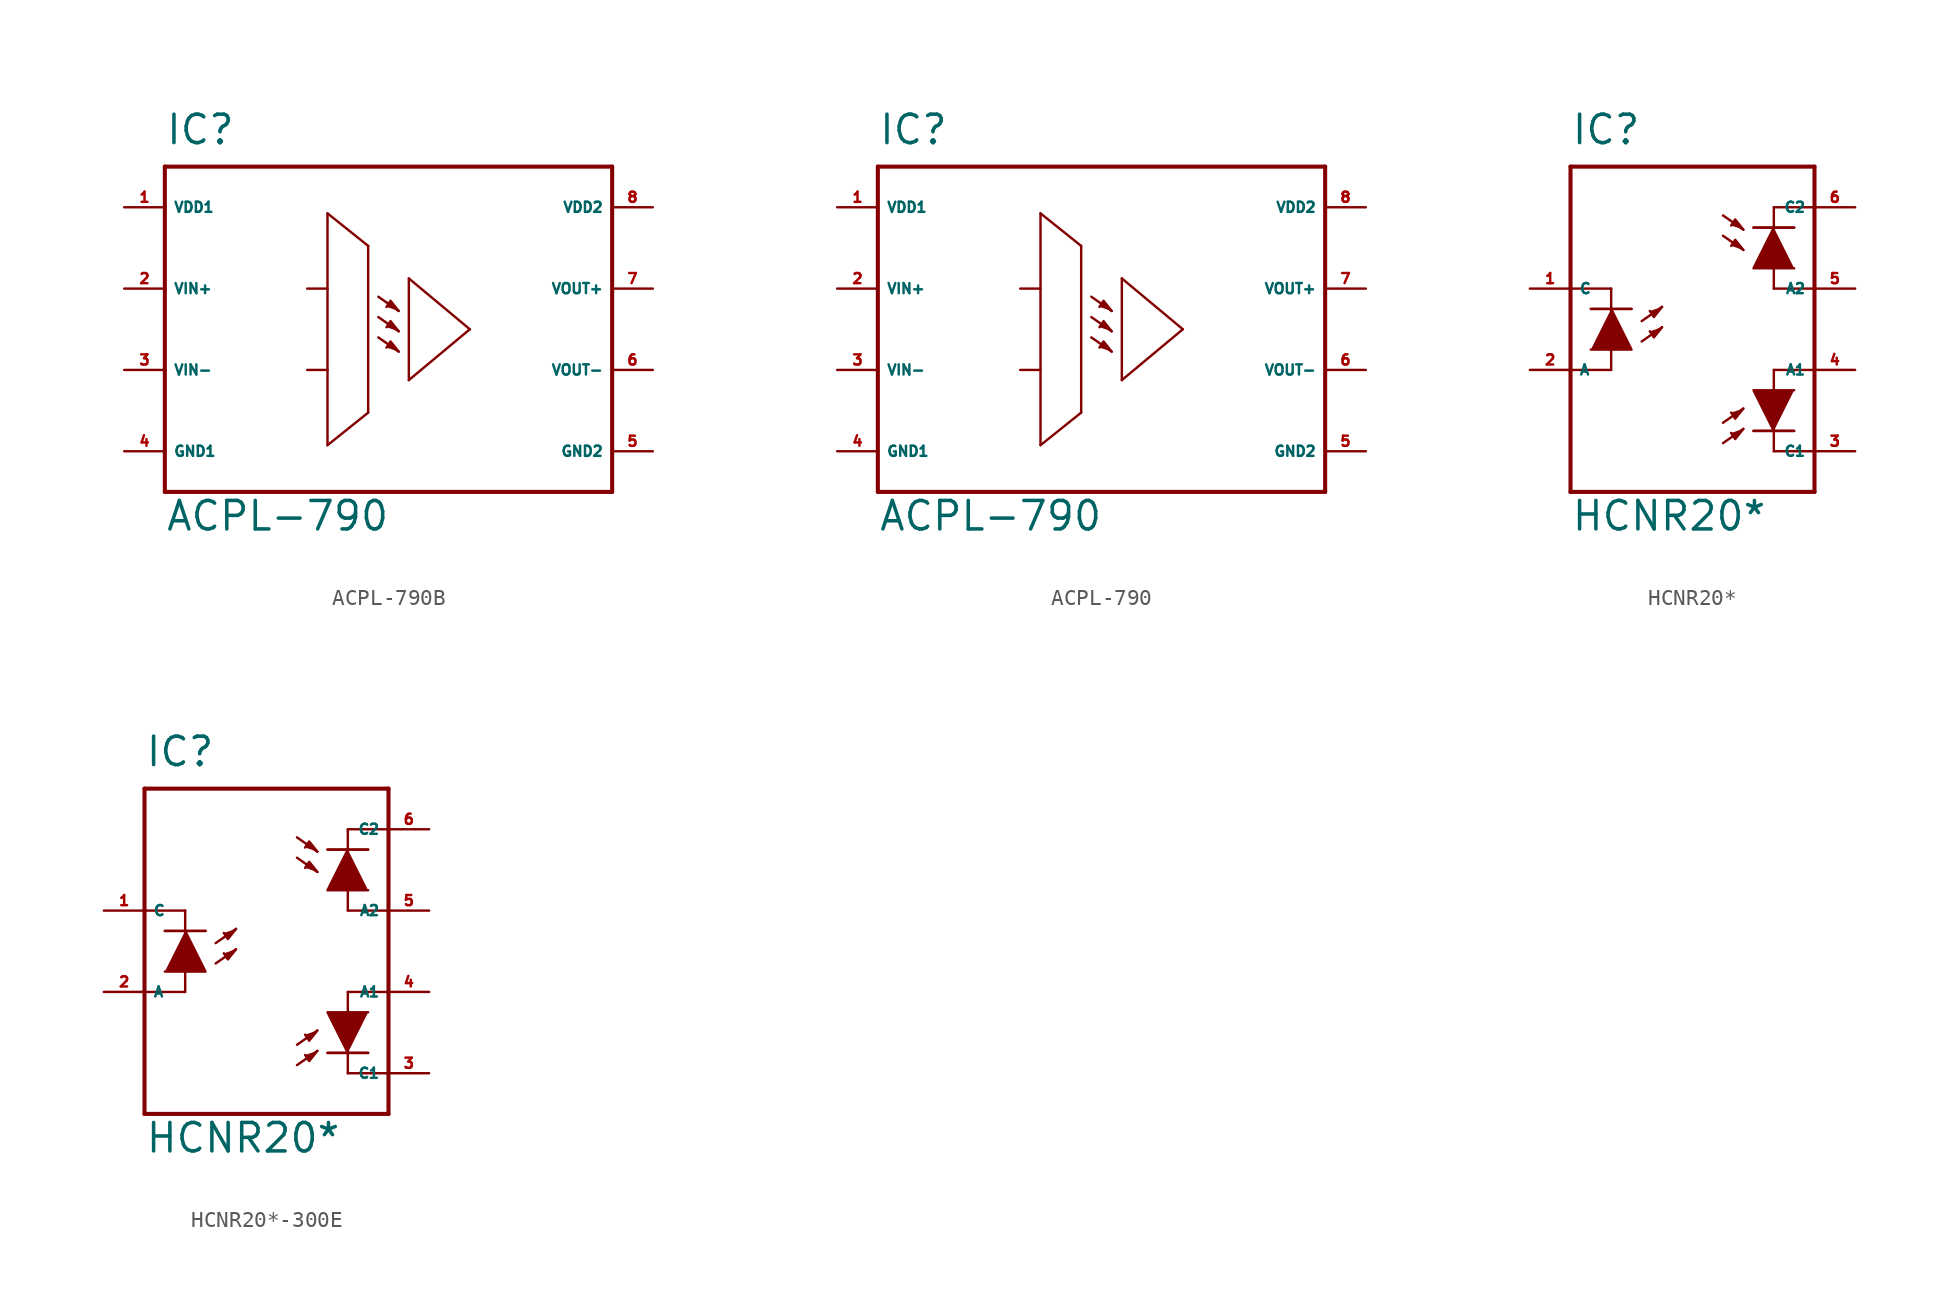
<source format=kicad_sym>
(kicad_symbol_lib
  (version 20220914)
  (generator Eagle2Kicad)
  (symbol "ACPL-790B"
    (property "Reference" "IC"
      (at -12.7 11.43 0)
      (effects (font (size 1.778 1.778) (thickness 0.22)) (justify left bottom)))
    (property "Value" "ACPL-790"
      (at -12.7 -12.7 0)
      (effects (font (size 1.778 1.778) (thickness 0.22)) (justify left bottom)))
    (polyline
      (pts (xy 1.905 1.143) (xy 1.397 1.778) (xy 1.143 1.397))
      (stroke (width 0.152) (type default))
      (fill (type outline)))
    (polyline
      (pts (xy 1.905 -0.127) (xy 1.397 0.508) (xy 1.143 0.127))
      (stroke (width 0.152) (type default))
      (fill (type outline)))
    (polyline
      (pts (xy 1.905 -1.397) (xy 1.397 -0.762) (xy 1.143 -1.143))
      (stroke (width 0.152) (type default))
      (fill (type outline)))
    (polyline
      (pts (xy -12.7 10.16) (xy 15.24 10.16))
      (stroke (width 0.254) (type default))
      (fill (type none)))
    (polyline
      (pts (xy 15.24 10.16) (xy 15.24 -10.16))
      (stroke (width 0.254) (type default))
      (fill (type none)))
    (polyline
      (pts (xy 15.24 -10.16) (xy -12.7 -10.16))
      (stroke (width 0.254) (type default))
      (fill (type none)))
    (polyline
      (pts (xy -12.7 -10.16) (xy -12.7 10.16))
      (stroke (width 0.254) (type default))
      (fill (type none)))
    (polyline
      (pts (xy -3.81 2.54) (xy -2.54 2.54))
      (stroke (width 0.152) (type default))
      (fill (type none)))
    (polyline
      (pts (xy -3.81 -2.54) (xy -2.54 -2.54))
      (stroke (width 0.152) (type default))
      (fill (type none)))
    (polyline
      (pts (xy -2.54 7.239) (xy -2.54 -7.239))
      (stroke (width 0.152) (type default))
      (fill (type none)))
    (polyline
      (pts (xy -2.54 -7.239) (xy 0 -5.207))
      (stroke (width 0.152) (type default))
      (fill (type none)))
    (polyline
      (pts (xy 0 -5.207) (xy 0 5.207))
      (stroke (width 0.152) (type default))
      (fill (type none)))
    (polyline
      (pts (xy 0 5.207) (xy -2.54 7.239))
      (stroke (width 0.152) (type default))
      (fill (type none)))
    (polyline
      (pts (xy 2.54 3.175) (xy 6.35 0))
      (stroke (width 0.152) (type default))
      (fill (type none)))
    (polyline
      (pts (xy 6.35 0) (xy 2.54 -3.175))
      (stroke (width 0.152) (type default))
      (fill (type none)))
    (polyline
      (pts (xy 2.54 -3.175) (xy 2.54 3.175))
      (stroke (width 0.152) (type default))
      (fill (type none)))
    (polyline
      (pts (xy 0.635 2.032) (xy 1.905 1.143))
      (stroke (width 0.152) (type default))
      (fill (type none)))
    (polyline
      (pts (xy 0.635 0.762) (xy 1.905 -0.127))
      (stroke (width 0.152) (type default))
      (fill (type none)))
    (polyline
      (pts (xy 0.635 -0.508) (xy 1.905 -1.397))
      (stroke (width 0.152) (type default))
      (fill (type none)))
    (pin unspecified line
      (at -15.24 7.62 0)
      (length 2.54)
      (name "VDD1" (effects (font (size 0.635 0.635) (thickness 0.08)) (justify left bottom)))
      (number "1" (effects (font (size 0.635 0.635) (thickness 0.08)) (justify left bottom))))
    (pin unspecified line
      (at -15.24 -7.62 0)
      (length 2.54)
      (name "GND1" (effects (font (size 0.635 0.635) (thickness 0.08)) (justify left bottom)))
      (number "4" (effects (font (size 0.635 0.635) (thickness 0.08)) (justify left bottom))))
    (pin unspecified line
      (at -15.24 2.54 0)
      (length 2.54)
      (name "VIN+" (effects (font (size 0.635 0.635) (thickness 0.08)) (justify left bottom)))
      (number "2" (effects (font (size 0.635 0.635) (thickness 0.08)) (justify left bottom))))
    (pin unspecified line
      (at -15.24 -2.54 0)
      (length 2.54)
      (name "VIN-" (effects (font (size 0.635 0.635) (thickness 0.08)) (justify left bottom)))
      (number "3" (effects (font (size 0.635 0.635) (thickness 0.08)) (justify left bottom))))
    (pin unspecified line
      (at 17.78 2.54 180)
      (length 2.54)
      (name "VOUT+" (effects (font (size 0.635 0.635) (thickness 0.08)) (justify left bottom)))
      (number "7" (effects (font (size 0.635 0.635) (thickness 0.08)) (justify left bottom))))
    (pin unspecified line
      (at 17.78 -2.54 180)
      (length 2.54)
      (name "VOUT-" (effects (font (size 0.635 0.635) (thickness 0.08)) (justify left bottom)))
      (number "6" (effects (font (size 0.635 0.635) (thickness 0.08)) (justify left bottom))))
    (pin unspecified line
      (at 17.78 7.62 180)
      (length 2.54)
      (name "VDD2" (effects (font (size 0.635 0.635) (thickness 0.08)) (justify left bottom)))
      (number "8" (effects (font (size 0.635 0.635) (thickness 0.08)) (justify left bottom))))
    (pin unspecified line
      (at 17.78 -7.62 180)
      (length 2.54)
      (name "GND2" (effects (font (size 0.635 0.635) (thickness 0.08)) (justify left bottom)))
      (number "5" (effects (font (size 0.635 0.635) (thickness 0.08)) (justify left bottom)))))
  (symbol "ACPL-790"
    (property "Reference" "IC"
      (at -12.7 11.43 0)
      (effects (font (size 1.778 1.778) (thickness 0.22)) (justify left bottom)))
    (property "Value" "ACPL-790"
      (at -12.7 -12.7 0)
      (effects (font (size 1.778 1.778) (thickness 0.22)) (justify left bottom)))
    (polyline
      (pts (xy 1.905 1.143) (xy 1.397 1.778) (xy 1.143 1.397))
      (stroke (width 0.152) (type default))
      (fill (type outline)))
    (polyline
      (pts (xy 1.905 -0.127) (xy 1.397 0.508) (xy 1.143 0.127))
      (stroke (width 0.152) (type default))
      (fill (type outline)))
    (polyline
      (pts (xy 1.905 -1.397) (xy 1.397 -0.762) (xy 1.143 -1.143))
      (stroke (width 0.152) (type default))
      (fill (type outline)))
    (polyline
      (pts (xy -12.7 10.16) (xy 15.24 10.16))
      (stroke (width 0.254) (type default))
      (fill (type none)))
    (polyline
      (pts (xy 15.24 10.16) (xy 15.24 -10.16))
      (stroke (width 0.254) (type default))
      (fill (type none)))
    (polyline
      (pts (xy 15.24 -10.16) (xy -12.7 -10.16))
      (stroke (width 0.254) (type default))
      (fill (type none)))
    (polyline
      (pts (xy -12.7 -10.16) (xy -12.7 10.16))
      (stroke (width 0.254) (type default))
      (fill (type none)))
    (polyline
      (pts (xy -3.81 2.54) (xy -2.54 2.54))
      (stroke (width 0.152) (type default))
      (fill (type none)))
    (polyline
      (pts (xy -3.81 -2.54) (xy -2.54 -2.54))
      (stroke (width 0.152) (type default))
      (fill (type none)))
    (polyline
      (pts (xy -2.54 7.239) (xy -2.54 -7.239))
      (stroke (width 0.152) (type default))
      (fill (type none)))
    (polyline
      (pts (xy -2.54 -7.239) (xy 0 -5.207))
      (stroke (width 0.152) (type default))
      (fill (type none)))
    (polyline
      (pts (xy 0 -5.207) (xy 0 5.207))
      (stroke (width 0.152) (type default))
      (fill (type none)))
    (polyline
      (pts (xy 0 5.207) (xy -2.54 7.239))
      (stroke (width 0.152) (type default))
      (fill (type none)))
    (polyline
      (pts (xy 2.54 3.175) (xy 6.35 0))
      (stroke (width 0.152) (type default))
      (fill (type none)))
    (polyline
      (pts (xy 6.35 0) (xy 2.54 -3.175))
      (stroke (width 0.152) (type default))
      (fill (type none)))
    (polyline
      (pts (xy 2.54 -3.175) (xy 2.54 3.175))
      (stroke (width 0.152) (type default))
      (fill (type none)))
    (polyline
      (pts (xy 0.635 2.032) (xy 1.905 1.143))
      (stroke (width 0.152) (type default))
      (fill (type none)))
    (polyline
      (pts (xy 0.635 0.762) (xy 1.905 -0.127))
      (stroke (width 0.152) (type default))
      (fill (type none)))
    (polyline
      (pts (xy 0.635 -0.508) (xy 1.905 -1.397))
      (stroke (width 0.152) (type default))
      (fill (type none)))
    (pin unspecified line
      (at -15.24 7.62 0)
      (length 2.54)
      (name "VDD1" (effects (font (size 0.635 0.635) (thickness 0.08)) (justify left bottom)))
      (number "1" (effects (font (size 0.635 0.635) (thickness 0.08)) (justify left bottom))))
    (pin unspecified line
      (at -15.24 -7.62 0)
      (length 2.54)
      (name "GND1" (effects (font (size 0.635 0.635) (thickness 0.08)) (justify left bottom)))
      (number "4" (effects (font (size 0.635 0.635) (thickness 0.08)) (justify left bottom))))
    (pin unspecified line
      (at -15.24 2.54 0)
      (length 2.54)
      (name "VIN+" (effects (font (size 0.635 0.635) (thickness 0.08)) (justify left bottom)))
      (number "2" (effects (font (size 0.635 0.635) (thickness 0.08)) (justify left bottom))))
    (pin unspecified line
      (at -15.24 -2.54 0)
      (length 2.54)
      (name "VIN-" (effects (font (size 0.635 0.635) (thickness 0.08)) (justify left bottom)))
      (number "3" (effects (font (size 0.635 0.635) (thickness 0.08)) (justify left bottom))))
    (pin unspecified line
      (at 17.78 2.54 180)
      (length 2.54)
      (name "VOUT+" (effects (font (size 0.635 0.635) (thickness 0.08)) (justify left bottom)))
      (number "7" (effects (font (size 0.635 0.635) (thickness 0.08)) (justify left bottom))))
    (pin unspecified line
      (at 17.78 -2.54 180)
      (length 2.54)
      (name "VOUT-" (effects (font (size 0.635 0.635) (thickness 0.08)) (justify left bottom)))
      (number "6" (effects (font (size 0.635 0.635) (thickness 0.08)) (justify left bottom))))
    (pin unspecified line
      (at 17.78 7.62 180)
      (length 2.54)
      (name "VDD2" (effects (font (size 0.635 0.635) (thickness 0.08)) (justify left bottom)))
      (number "8" (effects (font (size 0.635 0.635) (thickness 0.08)) (justify left bottom))))
    (pin unspecified line
      (at 17.78 -7.62 180)
      (length 2.54)
      (name "GND2" (effects (font (size 0.635 0.635) (thickness 0.08)) (justify left bottom)))
      (number "5" (effects (font (size 0.635 0.635) (thickness 0.08)) (justify left bottom)))))
  (symbol "HCNR20*"
    (property "Reference" "IC"
      (at -7.62 11.43 0)
      (effects (font (size 1.778 1.778) (thickness 0.22)) (justify left bottom)))
    (property "Value" "HCNR20*"
      (at -7.62 -12.7 0)
      (effects (font (size 1.778 1.778) (thickness 0.22)) (justify left bottom)))
    (polyline
      (pts (xy -6.35 1.27) (xy -3.81 1.27))
      (stroke (width 0.152) (type default))
      (fill (type outline)))
    (polyline
      (pts (xy -6.35 -1.27) (xy -3.81 -1.27) (xy -5.08 1.27))
      (stroke (width 0.152) (type default))
      (fill (type outline)))
    (polyline
      (pts (xy 6.35 -6.35) (xy 3.81 -6.35))
      (stroke (width 0.152) (type default))
      (fill (type outline)))
    (polyline
      (pts (xy 6.35 -3.81) (xy 3.81 -3.81) (xy 5.08 -6.35))
      (stroke (width 0.152) (type default))
      (fill (type outline)))
    (polyline
      (pts (xy 6.35 6.35) (xy 3.81 6.35))
      (stroke (width 0.152) (type default))
      (fill (type outline)))
    (polyline
      (pts (xy 6.35 3.81) (xy 3.81 3.81) (xy 5.08 6.35))
      (stroke (width 0.152) (type default))
      (fill (type outline)))
    (polyline
      (pts (xy 3.175 6.223) (xy 2.667 6.858) (xy 2.413 6.477))
      (stroke (width 0.152) (type default))
      (fill (type outline)))
    (polyline
      (pts (xy 3.175 4.953) (xy 2.667 5.588) (xy 2.413 5.207))
      (stroke (width 0.152) (type default))
      (fill (type outline)))
    (polyline
      (pts (xy 3.175 -6.223) (xy 2.667 -6.858) (xy 2.413 -6.477))
      (stroke (width 0.152) (type default))
      (fill (type outline)))
    (polyline
      (pts (xy 3.175 -4.953) (xy 2.667 -5.588) (xy 2.413 -5.207))
      (stroke (width 0.152) (type default))
      (fill (type outline)))
    (polyline
      (pts (xy -1.905 0.127) (xy -2.413 -0.508) (xy -2.667 -0.127))
      (stroke (width 0.152) (type default))
      (fill (type outline)))
    (polyline
      (pts (xy -1.905 1.397) (xy -2.413 0.762) (xy -2.667 1.143))
      (stroke (width 0.152) (type default))
      (fill (type outline)))
    (polyline
      (pts (xy -7.62 10.16) (xy 7.62 10.16))
      (stroke (width 0.254) (type default))
      (fill (type none)))
    (polyline
      (pts (xy 7.62 10.16) (xy 7.62 -10.16))
      (stroke (width 0.254) (type default))
      (fill (type none)))
    (polyline
      (pts (xy 7.62 -10.16) (xy -7.62 -10.16))
      (stroke (width 0.254) (type default))
      (fill (type none)))
    (polyline
      (pts (xy -7.62 -10.16) (xy -7.62 -2.54))
      (stroke (width 0.254) (type default))
      (fill (type none)))
    (polyline
      (pts (xy -7.62 -2.54) (xy -7.62 2.54))
      (stroke (width 0.254) (type default))
      (fill (type none)))
    (polyline
      (pts (xy -7.62 2.54) (xy -7.62 10.16))
      (stroke (width 0.254) (type default))
      (fill (type none)))
    (polyline
      (pts (xy -7.62 2.54) (xy -5.08 2.54))
      (stroke (width 0.152) (type default))
      (fill (type none)))
    (polyline
      (pts (xy -5.08 2.54) (xy -5.08 -2.54))
      (stroke (width 0.152) (type default))
      (fill (type none)))
    (polyline
      (pts (xy -5.08 -2.54) (xy -7.62 -2.54))
      (stroke (width 0.152) (type default))
      (fill (type none)))
    (polyline
      (pts (xy -6.35 1.27) (xy -3.81 1.27))
      (stroke (width 0.152) (type default))
      (fill (type none)))
    (polyline
      (pts (xy 7.62 -7.62) (xy 5.08 -7.62))
      (stroke (width 0.152) (type default))
      (fill (type none)))
    (polyline
      (pts (xy 5.08 -7.62) (xy 5.08 -2.54))
      (stroke (width 0.152) (type default))
      (fill (type none)))
    (polyline
      (pts (xy 5.08 -2.54) (xy 7.62 -2.54))
      (stroke (width 0.152) (type default))
      (fill (type none)))
    (polyline
      (pts (xy 6.35 -6.35) (xy 3.81 -6.35))
      (stroke (width 0.152) (type default))
      (fill (type none)))
    (polyline
      (pts (xy 7.62 7.62) (xy 5.08 7.62))
      (stroke (width 0.152) (type default))
      (fill (type none)))
    (polyline
      (pts (xy 5.08 7.62) (xy 5.08 2.54))
      (stroke (width 0.152) (type default))
      (fill (type none)))
    (polyline
      (pts (xy 5.08 2.54) (xy 7.62 2.54))
      (stroke (width 0.152) (type default))
      (fill (type none)))
    (polyline
      (pts (xy 6.35 6.35) (xy 3.81 6.35))
      (stroke (width 0.152) (type default))
      (fill (type none)))
    (polyline
      (pts (xy 1.905 7.112) (xy 3.175 6.223))
      (stroke (width 0.152) (type default))
      (fill (type none)))
    (polyline
      (pts (xy 1.905 5.842) (xy 3.175 4.953))
      (stroke (width 0.152) (type default))
      (fill (type none)))
    (polyline
      (pts (xy 1.905 -7.112) (xy 3.175 -6.223))
      (stroke (width 0.152) (type default))
      (fill (type none)))
    (polyline
      (pts (xy 1.905 -5.842) (xy 3.175 -4.953))
      (stroke (width 0.152) (type default))
      (fill (type none)))
    (polyline
      (pts (xy -3.175 -0.762) (xy -1.905 0.127))
      (stroke (width 0.152) (type default))
      (fill (type none)))
    (polyline
      (pts (xy -3.175 0.508) (xy -1.905 1.397))
      (stroke (width 0.152) (type default))
      (fill (type none)))
    (pin passive line
      (at -10.16 2.54 0)
      (length 2.54)
      (name "C" (effects (font (size 0.635 0.635) (thickness 0.08)) (justify left bottom)))
      (number "1" (effects (font (size 0.635 0.635) (thickness 0.08)) (justify left bottom))))
    (pin passive line
      (at 10.16 -2.54 180)
      (length 2.54)
      (name "A1" (effects (font (size 0.635 0.635) (thickness 0.08)) (justify left bottom)))
      (number "4" (effects (font (size 0.635 0.635) (thickness 0.08)) (justify left bottom))))
    (pin passive line
      (at -10.16 -2.54 0)
      (length 2.54)
      (name "A" (effects (font (size 0.635 0.635) (thickness 0.08)) (justify left bottom)))
      (number "2" (effects (font (size 0.635 0.635) (thickness 0.08)) (justify left bottom))))
    (pin passive line
      (at 10.16 -7.62 180)
      (length 2.54)
      (name "C1" (effects (font (size 0.635 0.635) (thickness 0.08)) (justify left bottom)))
      (number "3" (effects (font (size 0.635 0.635) (thickness 0.08)) (justify left bottom))))
    (pin passive line
      (at 10.16 7.62 180)
      (length 2.54)
      (name "C2" (effects (font (size 0.635 0.635) (thickness 0.08)) (justify left bottom)))
      (number "6" (effects (font (size 0.635 0.635) (thickness 0.08)) (justify left bottom))))
    (pin passive line
      (at 10.16 2.54 180)
      (length 2.54)
      (name "A2" (effects (font (size 0.635 0.635) (thickness 0.08)) (justify left bottom)))
      (number "5" (effects (font (size 0.635 0.635) (thickness 0.08)) (justify left bottom)))))
  (symbol "HCNR20*-300E"
    (property "Reference" "IC"
      (at -7.62 11.43 0)
      (effects (font (size 1.778 1.778) (thickness 0.22)) (justify left bottom)))
    (property "Value" "HCNR20*"
      (at -7.62 -12.7 0)
      (effects (font (size 1.778 1.778) (thickness 0.22)) (justify left bottom)))
    (polyline
      (pts (xy -6.35 1.27) (xy -3.81 1.27))
      (stroke (width 0.152) (type default))
      (fill (type outline)))
    (polyline
      (pts (xy -6.35 -1.27) (xy -3.81 -1.27) (xy -5.08 1.27))
      (stroke (width 0.152) (type default))
      (fill (type outline)))
    (polyline
      (pts (xy 6.35 -6.35) (xy 3.81 -6.35))
      (stroke (width 0.152) (type default))
      (fill (type outline)))
    (polyline
      (pts (xy 6.35 -3.81) (xy 3.81 -3.81) (xy 5.08 -6.35))
      (stroke (width 0.152) (type default))
      (fill (type outline)))
    (polyline
      (pts (xy 6.35 6.35) (xy 3.81 6.35))
      (stroke (width 0.152) (type default))
      (fill (type outline)))
    (polyline
      (pts (xy 6.35 3.81) (xy 3.81 3.81) (xy 5.08 6.35))
      (stroke (width 0.152) (type default))
      (fill (type outline)))
    (polyline
      (pts (xy 3.175 6.223) (xy 2.667 6.858) (xy 2.413 6.477))
      (stroke (width 0.152) (type default))
      (fill (type outline)))
    (polyline
      (pts (xy 3.175 4.953) (xy 2.667 5.588) (xy 2.413 5.207))
      (stroke (width 0.152) (type default))
      (fill (type outline)))
    (polyline
      (pts (xy 3.175 -6.223) (xy 2.667 -6.858) (xy 2.413 -6.477))
      (stroke (width 0.152) (type default))
      (fill (type outline)))
    (polyline
      (pts (xy 3.175 -4.953) (xy 2.667 -5.588) (xy 2.413 -5.207))
      (stroke (width 0.152) (type default))
      (fill (type outline)))
    (polyline
      (pts (xy -1.905 0.127) (xy -2.413 -0.508) (xy -2.667 -0.127))
      (stroke (width 0.152) (type default))
      (fill (type outline)))
    (polyline
      (pts (xy -1.905 1.397) (xy -2.413 0.762) (xy -2.667 1.143))
      (stroke (width 0.152) (type default))
      (fill (type outline)))
    (polyline
      (pts (xy -7.62 10.16) (xy 7.62 10.16))
      (stroke (width 0.254) (type default))
      (fill (type none)))
    (polyline
      (pts (xy 7.62 10.16) (xy 7.62 -10.16))
      (stroke (width 0.254) (type default))
      (fill (type none)))
    (polyline
      (pts (xy 7.62 -10.16) (xy -7.62 -10.16))
      (stroke (width 0.254) (type default))
      (fill (type none)))
    (polyline
      (pts (xy -7.62 -10.16) (xy -7.62 -2.54))
      (stroke (width 0.254) (type default))
      (fill (type none)))
    (polyline
      (pts (xy -7.62 -2.54) (xy -7.62 2.54))
      (stroke (width 0.254) (type default))
      (fill (type none)))
    (polyline
      (pts (xy -7.62 2.54) (xy -7.62 10.16))
      (stroke (width 0.254) (type default))
      (fill (type none)))
    (polyline
      (pts (xy -7.62 2.54) (xy -5.08 2.54))
      (stroke (width 0.152) (type default))
      (fill (type none)))
    (polyline
      (pts (xy -5.08 2.54) (xy -5.08 -2.54))
      (stroke (width 0.152) (type default))
      (fill (type none)))
    (polyline
      (pts (xy -5.08 -2.54) (xy -7.62 -2.54))
      (stroke (width 0.152) (type default))
      (fill (type none)))
    (polyline
      (pts (xy -6.35 1.27) (xy -3.81 1.27))
      (stroke (width 0.152) (type default))
      (fill (type none)))
    (polyline
      (pts (xy 7.62 -7.62) (xy 5.08 -7.62))
      (stroke (width 0.152) (type default))
      (fill (type none)))
    (polyline
      (pts (xy 5.08 -7.62) (xy 5.08 -2.54))
      (stroke (width 0.152) (type default))
      (fill (type none)))
    (polyline
      (pts (xy 5.08 -2.54) (xy 7.62 -2.54))
      (stroke (width 0.152) (type default))
      (fill (type none)))
    (polyline
      (pts (xy 6.35 -6.35) (xy 3.81 -6.35))
      (stroke (width 0.152) (type default))
      (fill (type none)))
    (polyline
      (pts (xy 7.62 7.62) (xy 5.08 7.62))
      (stroke (width 0.152) (type default))
      (fill (type none)))
    (polyline
      (pts (xy 5.08 7.62) (xy 5.08 2.54))
      (stroke (width 0.152) (type default))
      (fill (type none)))
    (polyline
      (pts (xy 5.08 2.54) (xy 7.62 2.54))
      (stroke (width 0.152) (type default))
      (fill (type none)))
    (polyline
      (pts (xy 6.35 6.35) (xy 3.81 6.35))
      (stroke (width 0.152) (type default))
      (fill (type none)))
    (polyline
      (pts (xy 1.905 7.112) (xy 3.175 6.223))
      (stroke (width 0.152) (type default))
      (fill (type none)))
    (polyline
      (pts (xy 1.905 5.842) (xy 3.175 4.953))
      (stroke (width 0.152) (type default))
      (fill (type none)))
    (polyline
      (pts (xy 1.905 -7.112) (xy 3.175 -6.223))
      (stroke (width 0.152) (type default))
      (fill (type none)))
    (polyline
      (pts (xy 1.905 -5.842) (xy 3.175 -4.953))
      (stroke (width 0.152) (type default))
      (fill (type none)))
    (polyline
      (pts (xy -3.175 -0.762) (xy -1.905 0.127))
      (stroke (width 0.152) (type default))
      (fill (type none)))
    (polyline
      (pts (xy -3.175 0.508) (xy -1.905 1.397))
      (stroke (width 0.152) (type default))
      (fill (type none)))
    (pin passive line
      (at -10.16 2.54 0)
      (length 2.54)
      (name "C" (effects (font (size 0.635 0.635) (thickness 0.08)) (justify left bottom)))
      (number "1" (effects (font (size 0.635 0.635) (thickness 0.08)) (justify left bottom))))
    (pin passive line
      (at 10.16 -2.54 180)
      (length 2.54)
      (name "A1" (effects (font (size 0.635 0.635) (thickness 0.08)) (justify left bottom)))
      (number "4" (effects (font (size 0.635 0.635) (thickness 0.08)) (justify left bottom))))
    (pin passive line
      (at -10.16 -2.54 0)
      (length 2.54)
      (name "A" (effects (font (size 0.635 0.635) (thickness 0.08)) (justify left bottom)))
      (number "2" (effects (font (size 0.635 0.635) (thickness 0.08)) (justify left bottom))))
    (pin passive line
      (at 10.16 -7.62 180)
      (length 2.54)
      (name "C1" (effects (font (size 0.635 0.635) (thickness 0.08)) (justify left bottom)))
      (number "3" (effects (font (size 0.635 0.635) (thickness 0.08)) (justify left bottom))))
    (pin passive line
      (at 10.16 7.62 180)
      (length 2.54)
      (name "C2" (effects (font (size 0.635 0.635) (thickness 0.08)) (justify left bottom)))
      (number "6" (effects (font (size 0.635 0.635) (thickness 0.08)) (justify left bottom))))
    (pin passive line
      (at 10.16 2.54 180)
      (length 2.54)
      (name "A2" (effects (font (size 0.635 0.635) (thickness 0.08)) (justify left bottom)))
      (number "5" (effects (font (size 0.635 0.635) (thickness 0.08)) (justify left bottom))))))
</source>
